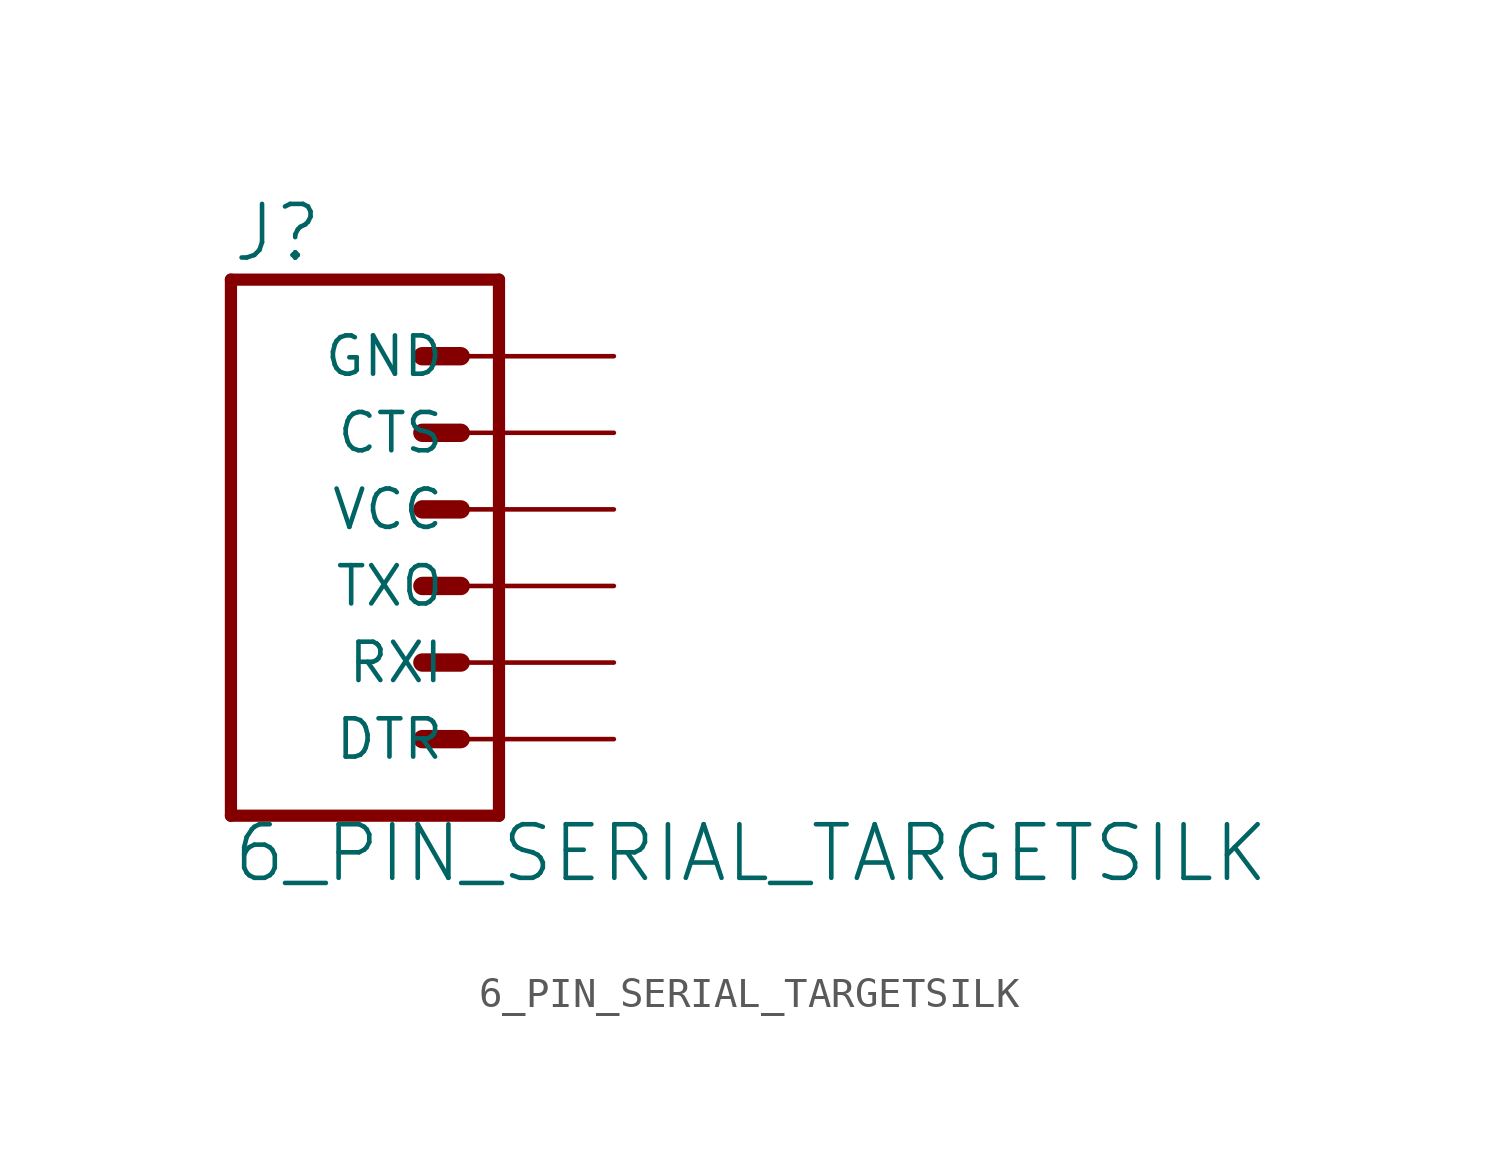
<source format=kicad_sym>
(kicad_symbol_lib
  (version 20211014)
  (generator kicad_symbol_editor)
  (symbol "6_PIN_SERIAL_TARGETSILK"
    (property "Reference" "J"
      (at -7.62 10.668 0)
      (effects (font (size 1.778 1.778)) (justify left bottom)))
    (property "Value" "6_PIN_SERIAL_TARGETSILK"
      (at -7.62 -9.906 0)
      (effects (font (size 1.778 1.778)) (justify left bottom)))
    (property "ki_locked" ""
      (at 0 0 0)
      (effects (font (size 1.27 1.27))))
    (symbol "6_PIN_SERIAL_TARGETSILK_1_0"
      (polyline (pts (xy -7.62 10.16) (xy -7.62 -7.62)) (stroke (width 0.406) (type default) (color 0 0 0 0)) (fill (type none)))
      (polyline (pts (xy -7.62 10.16) (xy 1.27 10.16)) (stroke (width 0.406) (type default) (color 0 0 0 0)) (fill (type none)))
      (polyline (pts (xy -1.27 -5.08) (xy 0 -5.08)) (stroke (width 0.61) (type default) (color 0 0 0 0)) (fill (type none)))
      (polyline (pts (xy -1.27 -2.54) (xy 0 -2.54)) (stroke (width 0.61) (type default) (color 0 0 0 0)) (fill (type none)))
      (polyline (pts (xy -1.27 0) (xy 0 0)) (stroke (width 0.61) (type default) (color 0 0 0 0)) (fill (type none)))
      (polyline (pts (xy -1.27 2.54) (xy 0 2.54)) (stroke (width 0.61) (type default) (color 0 0 0 0)) (fill (type none)))
      (polyline (pts (xy -1.27 5.08) (xy 0 5.08)) (stroke (width 0.61) (type default) (color 0 0 0 0)) (fill (type none)))
      (polyline (pts (xy -1.27 7.62) (xy 0 7.62)) (stroke (width 0.61) (type default) (color 0 0 0 0)) (fill (type none)))
      (polyline (pts (xy 1.27 -7.62) (xy -7.62 -7.62)) (stroke (width 0.406) (type default) (color 0 0 0 0)) (fill (type none)))
      (polyline (pts (xy 1.27 -7.62) (xy 1.27 10.16)) (stroke (width 0.406) (type default) (color 0 0 0 0)) (fill (type none)))
      (pin passive line (at 5.08 -5.08 180) (length 5.08) (name "DTR" (effects (font (size 1.27 1.27)))) (number "P$1" (effects (font (size 0 0)))))
      (pin passive line (at 5.08 0 180) (length 5.08) (name "TXO" (effects (font (size 1.27 1.27)))) (number "P$2" (effects (font (size 0 0)))))
      (pin passive line (at 5.08 -2.54 180) (length 5.08) (name "RXI" (effects (font (size 1.27 1.27)))) (number "P$3" (effects (font (size 0 0)))))
      (pin passive line (at 5.08 2.54 180) (length 5.08) (name "VCC" (effects (font (size 1.27 1.27)))) (number "P$4" (effects (font (size 0 0)))))
      (pin passive line (at 5.08 5.08 180) (length 5.08) (name "CTS" (effects (font (size 1.27 1.27)))) (number "P$5" (effects (font (size 0 0)))))
      (pin passive line (at 5.08 7.62 180) (length 5.08) (name "GND" (effects (font (size 1.27 1.27)))) (number "P$6" (effects (font (size 0 0))))))))
</source>
